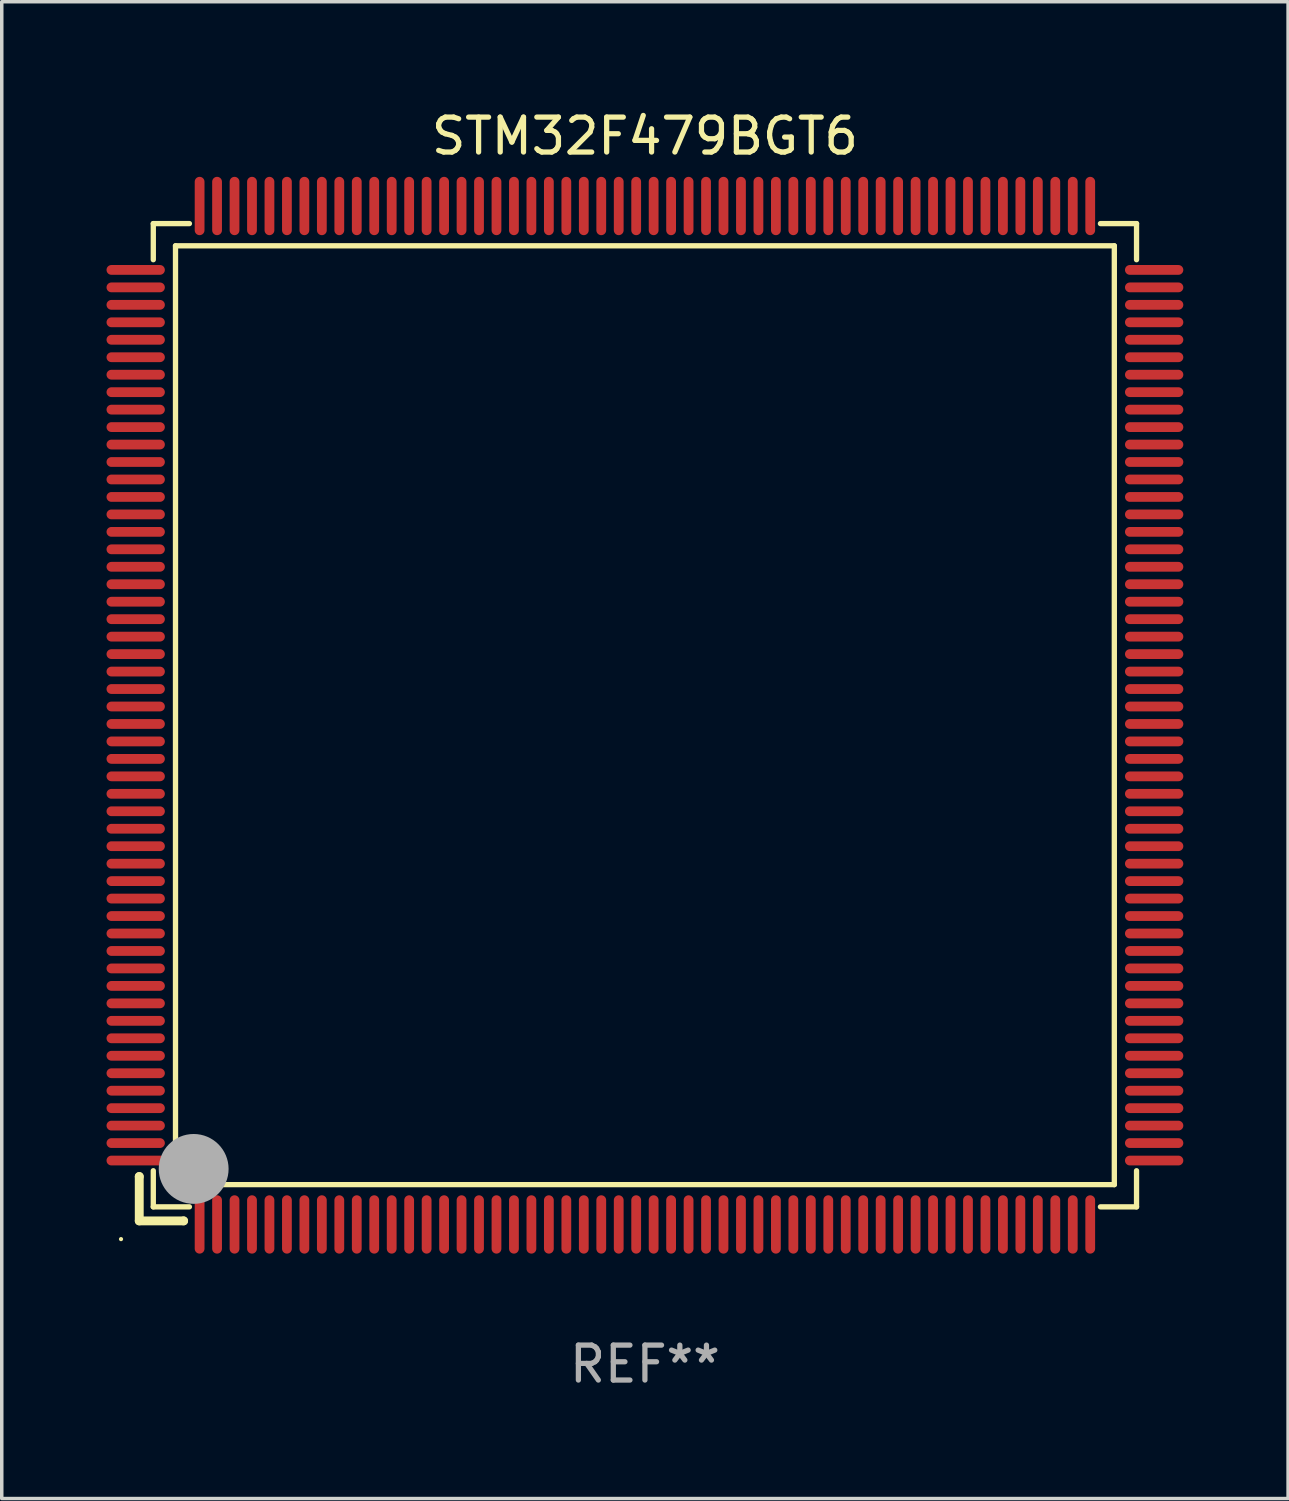
<source format=kicad_pcb>
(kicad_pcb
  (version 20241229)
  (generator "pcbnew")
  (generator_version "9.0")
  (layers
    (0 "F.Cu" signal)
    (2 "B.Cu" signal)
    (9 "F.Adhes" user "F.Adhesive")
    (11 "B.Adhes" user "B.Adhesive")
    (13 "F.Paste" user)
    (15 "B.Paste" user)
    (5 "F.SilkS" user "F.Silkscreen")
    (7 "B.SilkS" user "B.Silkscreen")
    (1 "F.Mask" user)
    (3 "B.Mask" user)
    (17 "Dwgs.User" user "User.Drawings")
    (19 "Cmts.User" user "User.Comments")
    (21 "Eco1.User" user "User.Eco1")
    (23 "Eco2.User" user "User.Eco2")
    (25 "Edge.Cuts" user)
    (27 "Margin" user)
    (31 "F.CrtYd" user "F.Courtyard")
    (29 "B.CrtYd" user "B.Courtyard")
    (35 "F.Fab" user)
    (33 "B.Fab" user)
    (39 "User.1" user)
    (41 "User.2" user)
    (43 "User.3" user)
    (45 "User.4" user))
  (footprint "STM32F479BGT6"
    (layer "F.Cu")
    (at 15.415 17.428)
    (property "Reference" "STM32F479BGT6" (at 0 -16.58 0) (layer "F.SilkS") (effects (font (size 1 1) (thickness 0.15))))
    (attr through_hole)
    (fp_line (start -14.478 13.208) (end -14.478 13.208) (stroke (width 0.254) (type solid)) (layer "F.SilkS"))
    (fp_line (start -14.478 13.208) (end -14.478 14.478) (stroke (width 0.254) (type solid)) (layer "F.SilkS"))
    (fp_line (start -14.478 14.478) (end -13.208 14.478) (stroke (width 0.254) (type solid)) (layer "F.SilkS"))
    (fp_line (start -14.076 -14.076) (end -14.076 -13.042) (stroke (width 0.152) (type solid)) (layer "F.SilkS"))
    (fp_line (start -14.076 14.076) (end -14.076 13.042) (stroke (width 0.152) (type solid)) (layer "F.SilkS"))
    (fp_line (start -13.44 -13.44) (end 13.44 -13.44) (stroke (width 0.152) (type solid)) (layer "F.SilkS"))
    (fp_line (start -13.44 13.44) (end -13.44 -13.44) (stroke (width 0.152) (type solid)) (layer "F.SilkS"))
    (fp_line (start -13.208 14.478) (end -13.208 14.478) (stroke (width 0.254) (type solid)) (layer "F.SilkS"))
    (fp_line (start -13.042 -14.076) (end -14.076 -14.076) (stroke (width 0.152) (type solid)) (layer "F.SilkS"))
    (fp_line (start -13.042 14.076) (end -14.076 14.076) (stroke (width 0.152) (type solid)) (layer "F.SilkS"))
    (fp_line (start 13.042 -14.076) (end 14.076 -14.076) (stroke (width 0.152) (type solid)) (layer "F.SilkS"))
    (fp_line (start 13.042 14.076) (end 14.076 14.076) (stroke (width 0.152) (type solid)) (layer "F.SilkS"))
    (fp_line (start 13.44 -13.44) (end 13.44 13.44) (stroke (width 0.152) (type solid)) (layer "F.SilkS"))
    (fp_line (start 13.44 13.44) (end -13.44 13.44) (stroke (width 0.152) (type solid)) (layer "F.SilkS"))
    (fp_line (start 14.076 -14.076) (end 14.076 -13.042) (stroke (width 0.152) (type solid)) (layer "F.SilkS"))
    (fp_line (start 14.076 14.076) (end 14.076 13.042) (stroke (width 0.152) (type solid)) (layer "F.SilkS"))
    (fp_circle (center -15 15) (end -14.97 15) (stroke (width 0.06) (type solid)) (fill no) (layer "F.SilkS"))
    (fp_circle (center -13.138 13.138) (end -13.063 13.138) (stroke (width 0.15) (type solid)) (fill no) (layer "F.SilkS"))
    (fp_circle (center -12.92 12.99) (end -12.42 12.99) (stroke (width 1) (type solid)) (fill no) (layer "F.Fab"))
    (fp_text user "REF**" (at 0 18.58 0) (layer "F.Fab") (effects (font (size 1 1) (thickness 0.15))))
    (pad "1" smd oval (at -12.75 14.58) (size 0.28 1.67) (layers "F.Cu" "F.Mask" "F.Paste"))
    (pad "2" smd oval (at -12.25 14.58) (size 0.28 1.67) (layers "F.Cu" "F.Mask" "F.Paste"))
    (pad "3" smd oval (at -11.75 14.58) (size 0.28 1.67) (layers "F.Cu" "F.Mask" "F.Paste"))
    (pad "4" smd oval (at -11.25 14.58) (size 0.28 1.67) (layers "F.Cu" "F.Mask" "F.Paste"))
    (pad "5" smd oval (at -10.75 14.58) (size 0.28 1.67) (layers "F.Cu" "F.Mask" "F.Paste"))
    (pad "6" smd oval (at -10.25 14.58) (size 0.28 1.67) (layers "F.Cu" "F.Mask" "F.Paste"))
    (pad "7" smd oval (at -9.75 14.58) (size 0.28 1.67) (layers "F.Cu" "F.Mask" "F.Paste"))
    (pad "8" smd oval (at -9.25 14.58) (size 0.28 1.67) (layers "F.Cu" "F.Mask" "F.Paste"))
    (pad "9" smd oval (at -8.75 14.58) (size 0.28 1.67) (layers "F.Cu" "F.Mask" "F.Paste"))
    (pad "10" smd oval (at -8.25 14.58) (size 0.28 1.67) (layers "F.Cu" "F.Mask" "F.Paste"))
    (pad "11" smd oval (at -7.75 14.58) (size 0.28 1.67) (layers "F.Cu" "F.Mask" "F.Paste"))
    (pad "12" smd oval (at -7.25 14.58) (size 0.28 1.67) (layers "F.Cu" "F.Mask" "F.Paste"))
    (pad "13" smd oval (at -6.75 14.58) (size 0.28 1.67) (layers "F.Cu" "F.Mask" "F.Paste"))
    (pad "14" smd oval (at -6.25 14.58) (size 0.28 1.67) (layers "F.Cu" "F.Mask" "F.Paste"))
    (pad "15" smd oval (at -5.75 14.58) (size 0.28 1.67) (layers "F.Cu" "F.Mask" "F.Paste"))
    (pad "16" smd oval (at -5.25 14.58) (size 0.28 1.67) (layers "F.Cu" "F.Mask" "F.Paste"))
    (pad "17" smd oval (at -4.75 14.58) (size 0.28 1.67) (layers "F.Cu" "F.Mask" "F.Paste"))
    (pad "18" smd oval (at -4.25 14.58) (size 0.28 1.67) (layers "F.Cu" "F.Mask" "F.Paste"))
    (pad "19" smd oval (at -3.75 14.58) (size 0.28 1.67) (layers "F.Cu" "F.Mask" "F.Paste"))
    (pad "20" smd oval (at -3.25 14.58) (size 0.28 1.67) (layers "F.Cu" "F.Mask" "F.Paste"))
    (pad "21" smd oval (at -2.75 14.58) (size 0.28 1.67) (layers "F.Cu" "F.Mask" "F.Paste"))
    (pad "22" smd oval (at -2.25 14.58) (size 0.28 1.67) (layers "F.Cu" "F.Mask" "F.Paste"))
    (pad "23" smd oval (at -1.75 14.58) (size 0.28 1.67) (layers "F.Cu" "F.Mask" "F.Paste"))
    (pad "24" smd oval (at -1.25 14.58) (size 0.28 1.67) (layers "F.Cu" "F.Mask" "F.Paste"))
    (pad "25" smd oval (at -0.75 14.58) (size 0.28 1.67) (layers "F.Cu" "F.Mask" "F.Paste"))
    (pad "26" smd oval (at -0.25 14.58) (size 0.28 1.67) (layers "F.Cu" "F.Mask" "F.Paste"))
    (pad "27" smd oval (at 0.25 14.58) (size 0.28 1.67) (layers "F.Cu" "F.Mask" "F.Paste"))
    (pad "28" smd oval (at 0.75 14.58) (size 0.28 1.67) (layers "F.Cu" "F.Mask" "F.Paste"))
    (pad "29" smd oval (at 1.25 14.58) (size 0.28 1.67) (layers "F.Cu" "F.Mask" "F.Paste"))
    (pad "30" smd oval (at 1.75 14.58) (size 0.28 1.67) (layers "F.Cu" "F.Mask" "F.Paste"))
    (pad "31" smd oval (at 2.25 14.58) (size 0.28 1.67) (layers "F.Cu" "F.Mask" "F.Paste"))
    (pad "32" smd oval (at 2.75 14.58) (size 0.28 1.67) (layers "F.Cu" "F.Mask" "F.Paste"))
    (pad "33" smd oval (at 3.25 14.58) (size 0.28 1.67) (layers "F.Cu" "F.Mask" "F.Paste"))
    (pad "34" smd oval (at 3.75 14.58) (size 0.28 1.67) (layers "F.Cu" "F.Mask" "F.Paste"))
    (pad "35" smd oval (at 4.25 14.58) (size 0.28 1.67) (layers "F.Cu" "F.Mask" "F.Paste"))
    (pad "36" smd oval (at 4.75 14.58) (size 0.28 1.67) (layers "F.Cu" "F.Mask" "F.Paste"))
    (pad "37" smd oval (at 5.25 14.58) (size 0.28 1.67) (layers "F.Cu" "F.Mask" "F.Paste"))
    (pad "38" smd oval (at 5.75 14.58) (size 0.28 1.67) (layers "F.Cu" "F.Mask" "F.Paste"))
    (pad "39" smd oval (at 6.25 14.58) (size 0.28 1.67) (layers "F.Cu" "F.Mask" "F.Paste"))
    (pad "40" smd oval (at 6.75 14.58) (size 0.28 1.67) (layers "F.Cu" "F.Mask" "F.Paste"))
    (pad "41" smd oval (at 7.25 14.58) (size 0.28 1.67) (layers "F.Cu" "F.Mask" "F.Paste"))
    (pad "42" smd oval (at 7.75 14.58) (size 0.28 1.67) (layers "F.Cu" "F.Mask" "F.Paste"))
    (pad "43" smd oval (at 8.25 14.58) (size 0.28 1.67) (layers "F.Cu" "F.Mask" "F.Paste"))
    (pad "44" smd oval (at 8.75 14.58) (size 0.28 1.67) (layers "F.Cu" "F.Mask" "F.Paste"))
    (pad "45" smd oval (at 9.25 14.58) (size 0.28 1.67) (layers "F.Cu" "F.Mask" "F.Paste"))
    (pad "46" smd oval (at 9.75 14.58) (size 0.28 1.67) (layers "F.Cu" "F.Mask" "F.Paste"))
    (pad "47" smd oval (at 10.25 14.58) (size 0.28 1.67) (layers "F.Cu" "F.Mask" "F.Paste"))
    (pad "48" smd oval (at 10.75 14.58) (size 0.28 1.67) (layers "F.Cu" "F.Mask" "F.Paste"))
    (pad "49" smd oval (at 11.25 14.58) (size 0.28 1.67) (layers "F.Cu" "F.Mask" "F.Paste"))
    (pad "50" smd oval (at 11.75 14.58) (size 0.28 1.67) (layers "F.Cu" "F.Mask" "F.Paste"))
    (pad "51" smd oval (at 12.25 14.58) (size 0.28 1.67) (layers "F.Cu" "F.Mask" "F.Paste"))
    (pad "52" smd oval (at 12.75 14.58) (size 0.28 1.67) (layers "F.Cu" "F.Mask" "F.Paste"))
    (pad "53" smd oval (at 14.58 12.75) (size 1.67 0.28) (layers "F.Cu" "F.Mask" "F.Paste"))
    (pad "54" smd oval (at 14.58 12.25) (size 1.67 0.28) (layers "F.Cu" "F.Mask" "F.Paste"))
    (pad "55" smd oval (at 14.58 11.75) (size 1.67 0.28) (layers "F.Cu" "F.Mask" "F.Paste"))
    (pad "56" smd oval (at 14.58 11.25) (size 1.67 0.28) (layers "F.Cu" "F.Mask" "F.Paste"))
    (pad "57" smd oval (at 14.58 10.75) (size 1.67 0.28) (layers "F.Cu" "F.Mask" "F.Paste"))
    (pad "58" smd oval (at 14.58 10.25) (size 1.67 0.28) (layers "F.Cu" "F.Mask" "F.Paste"))
    (pad "59" smd oval (at 14.58 9.75) (size 1.67 0.28) (layers "F.Cu" "F.Mask" "F.Paste"))
    (pad "60" smd oval (at 14.58 9.25) (size 1.67 0.28) (layers "F.Cu" "F.Mask" "F.Paste"))
    (pad "61" smd oval (at 14.58 8.75) (size 1.67 0.28) (layers "F.Cu" "F.Mask" "F.Paste"))
    (pad "62" smd oval (at 14.58 8.25) (size 1.67 0.28) (layers "F.Cu" "F.Mask" "F.Paste"))
    (pad "63" smd oval (at 14.58 7.75) (size 1.67 0.28) (layers "F.Cu" "F.Mask" "F.Paste"))
    (pad "64" smd oval (at 14.58 7.25) (size 1.67 0.28) (layers "F.Cu" "F.Mask" "F.Paste"))
    (pad "65" smd oval (at 14.58 6.75) (size 1.67 0.28) (layers "F.Cu" "F.Mask" "F.Paste"))
    (pad "66" smd oval (at 14.58 6.25) (size 1.67 0.28) (layers "F.Cu" "F.Mask" "F.Paste"))
    (pad "67" smd oval (at 14.58 5.75) (size 1.67 0.28) (layers "F.Cu" "F.Mask" "F.Paste"))
    (pad "68" smd oval (at 14.58 5.25) (size 1.67 0.28) (layers "F.Cu" "F.Mask" "F.Paste"))
    (pad "69" smd oval (at 14.58 4.75) (size 1.67 0.28) (layers "F.Cu" "F.Mask" "F.Paste"))
    (pad "70" smd oval (at 14.58 4.25) (size 1.67 0.28) (layers "F.Cu" "F.Mask" "F.Paste"))
    (pad "71" smd oval (at 14.58 3.75) (size 1.67 0.28) (layers "F.Cu" "F.Mask" "F.Paste"))
    (pad "72" smd oval (at 14.58 3.25) (size 1.67 0.28) (layers "F.Cu" "F.Mask" "F.Paste"))
    (pad "73" smd oval (at 14.58 2.75) (size 1.67 0.28) (layers "F.Cu" "F.Mask" "F.Paste"))
    (pad "74" smd oval (at 14.58 2.25) (size 1.67 0.28) (layers "F.Cu" "F.Mask" "F.Paste"))
    (pad "75" smd oval (at 14.58 1.75) (size 1.67 0.28) (layers "F.Cu" "F.Mask" "F.Paste"))
    (pad "76" smd oval (at 14.58 1.25) (size 1.67 0.28) (layers "F.Cu" "F.Mask" "F.Paste"))
    (pad "77" smd oval (at 14.58 0.75) (size 1.67 0.28) (layers "F.Cu" "F.Mask" "F.Paste"))
    (pad "78" smd oval (at 14.58 0.25) (size 1.67 0.28) (layers "F.Cu" "F.Mask" "F.Paste"))
    (pad "79" smd oval (at 14.58 -0.25) (size 1.67 0.28) (layers "F.Cu" "F.Mask" "F.Paste"))
    (pad "80" smd oval (at 14.58 -0.75) (size 1.67 0.28) (layers "F.Cu" "F.Mask" "F.Paste"))
    (pad "81" smd oval (at 14.58 -1.25) (size 1.67 0.28) (layers "F.Cu" "F.Mask" "F.Paste"))
    (pad "82" smd oval (at 14.58 -1.75) (size 1.67 0.28) (layers "F.Cu" "F.Mask" "F.Paste"))
    (pad "83" smd oval (at 14.58 -2.25) (size 1.67 0.28) (layers "F.Cu" "F.Mask" "F.Paste"))
    (pad "84" smd oval (at 14.58 -2.75) (size 1.67 0.28) (layers "F.Cu" "F.Mask" "F.Paste"))
    (pad "85" smd oval (at 14.58 -3.25) (size 1.67 0.28) (layers "F.Cu" "F.Mask" "F.Paste"))
    (pad "86" smd oval (at 14.58 -3.75) (size 1.67 0.28) (layers "F.Cu" "F.Mask" "F.Paste"))
    (pad "87" smd oval (at 14.58 -4.25) (size 1.67 0.28) (layers "F.Cu" "F.Mask" "F.Paste"))
    (pad "88" smd oval (at 14.58 -4.75) (size 1.67 0.28) (layers "F.Cu" "F.Mask" "F.Paste"))
    (pad "89" smd oval (at 14.58 -5.25) (size 1.67 0.28) (layers "F.Cu" "F.Mask" "F.Paste"))
    (pad "90" smd oval (at 14.58 -5.75) (size 1.67 0.28) (layers "F.Cu" "F.Mask" "F.Paste"))
    (pad "91" smd oval (at 14.58 -6.25) (size 1.67 0.28) (layers "F.Cu" "F.Mask" "F.Paste"))
    (pad "92" smd oval (at 14.58 -6.75) (size 1.67 0.28) (layers "F.Cu" "F.Mask" "F.Paste"))
    (pad "93" smd oval (at 14.58 -7.25) (size 1.67 0.28) (layers "F.Cu" "F.Mask" "F.Paste"))
    (pad "94" smd oval (at 14.58 -7.75) (size 1.67 0.28) (layers "F.Cu" "F.Mask" "F.Paste"))
    (pad "95" smd oval (at 14.58 -8.25) (size 1.67 0.28) (layers "F.Cu" "F.Mask" "F.Paste"))
    (pad "96" smd oval (at 14.58 -8.75) (size 1.67 0.28) (layers "F.Cu" "F.Mask" "F.Paste"))
    (pad "97" smd oval (at 14.58 -9.25) (size 1.67 0.28) (layers "F.Cu" "F.Mask" "F.Paste"))
    (pad "98" smd oval (at 14.58 -9.75) (size 1.67 0.28) (layers "F.Cu" "F.Mask" "F.Paste"))
    (pad "99" smd oval (at 14.58 -10.25) (size 1.67 0.28) (layers "F.Cu" "F.Mask" "F.Paste"))
    (pad "100" smd oval (at 14.58 -10.75) (size 1.67 0.28) (layers "F.Cu" "F.Mask" "F.Paste"))
    (pad "101" smd oval (at 14.58 -11.25) (size 1.67 0.28) (layers "F.Cu" "F.Mask" "F.Paste"))
    (pad "102" smd oval (at 14.58 -11.75) (size 1.67 0.28) (layers "F.Cu" "F.Mask" "F.Paste"))
    (pad "103" smd oval (at 14.58 -12.25) (size 1.67 0.28) (layers "F.Cu" "F.Mask" "F.Paste"))
    (pad "104" smd oval (at 14.58 -12.75) (size 1.67 0.28) (layers "F.Cu" "F.Mask" "F.Paste"))
    (pad "105" smd oval (at 12.75 -14.58) (size 0.28 1.67) (layers "F.Cu" "F.Mask" "F.Paste"))
    (pad "106" smd oval (at 12.25 -14.58) (size 0.28 1.67) (layers "F.Cu" "F.Mask" "F.Paste"))
    (pad "107" smd oval (at 11.75 -14.58) (size 0.28 1.67) (layers "F.Cu" "F.Mask" "F.Paste"))
    (pad "108" smd oval (at 11.25 -14.58) (size 0.28 1.67) (layers "F.Cu" "F.Mask" "F.Paste"))
    (pad "109" smd oval (at 10.75 -14.58) (size 0.28 1.67) (layers "F.Cu" "F.Mask" "F.Paste"))
    (pad "110" smd oval (at 10.25 -14.58) (size 0.28 1.67) (layers "F.Cu" "F.Mask" "F.Paste"))
    (pad "111" smd oval (at 9.75 -14.58) (size 0.28 1.67) (layers "F.Cu" "F.Mask" "F.Paste"))
    (pad "112" smd oval (at 9.25 -14.58) (size 0.28 1.67) (layers "F.Cu" "F.Mask" "F.Paste"))
    (pad "113" smd oval (at 8.75 -14.58) (size 0.28 1.67) (layers "F.Cu" "F.Mask" "F.Paste"))
    (pad "114" smd oval (at 8.25 -14.58) (size 0.28 1.67) (layers "F.Cu" "F.Mask" "F.Paste"))
    (pad "115" smd oval (at 7.75 -14.58) (size 0.28 1.67) (layers "F.Cu" "F.Mask" "F.Paste"))
    (pad "116" smd oval (at 7.25 -14.58) (size 0.28 1.67) (layers "F.Cu" "F.Mask" "F.Paste"))
    (pad "117" smd oval (at 6.75 -14.58) (size 0.28 1.67) (layers "F.Cu" "F.Mask" "F.Paste"))
    (pad "118" smd oval (at 6.25 -14.58) (size 0.28 1.67) (layers "F.Cu" "F.Mask" "F.Paste"))
    (pad "119" smd oval (at 5.75 -14.58) (size 0.28 1.67) (layers "F.Cu" "F.Mask" "F.Paste"))
    (pad "120" smd oval (at 5.25 -14.58) (size 0.28 1.67) (layers "F.Cu" "F.Mask" "F.Paste"))
    (pad "121" smd oval (at 4.75 -14.58) (size 0.28 1.67) (layers "F.Cu" "F.Mask" "F.Paste"))
    (pad "122" smd oval (at 4.25 -14.58) (size 0.28 1.67) (layers "F.Cu" "F.Mask" "F.Paste"))
    (pad "123" smd oval (at 3.75 -14.58) (size 0.28 1.67) (layers "F.Cu" "F.Mask" "F.Paste"))
    (pad "124" smd oval (at 3.25 -14.58) (size 0.28 1.67) (layers "F.Cu" "F.Mask" "F.Paste"))
    (pad "125" smd oval (at 2.75 -14.58) (size 0.28 1.67) (layers "F.Cu" "F.Mask" "F.Paste"))
    (pad "126" smd oval (at 2.25 -14.58) (size 0.28 1.67) (layers "F.Cu" "F.Mask" "F.Paste"))
    (pad "127" smd oval (at 1.75 -14.58) (size 0.28 1.67) (layers "F.Cu" "F.Mask" "F.Paste"))
    (pad "128" smd oval (at 1.25 -14.58) (size 0.28 1.67) (layers "F.Cu" "F.Mask" "F.Paste"))
    (pad "129" smd oval (at 0.75 -14.58) (size 0.28 1.67) (layers "F.Cu" "F.Mask" "F.Paste"))
    (pad "130" smd oval (at 0.25 -14.58) (size 0.28 1.67) (layers "F.Cu" "F.Mask" "F.Paste"))
    (pad "131" smd oval (at -0.25 -14.58) (size 0.28 1.67) (layers "F.Cu" "F.Mask" "F.Paste"))
    (pad "132" smd oval (at -0.75 -14.58) (size 0.28 1.67) (layers "F.Cu" "F.Mask" "F.Paste"))
    (pad "133" smd oval (at -1.25 -14.58) (size 0.28 1.67) (layers "F.Cu" "F.Mask" "F.Paste"))
    (pad "134" smd oval (at -1.75 -14.58) (size 0.28 1.67) (layers "F.Cu" "F.Mask" "F.Paste"))
    (pad "135" smd oval (at -2.25 -14.58) (size 0.28 1.67) (layers "F.Cu" "F.Mask" "F.Paste"))
    (pad "136" smd oval (at -2.75 -14.58) (size 0.28 1.67) (layers "F.Cu" "F.Mask" "F.Paste"))
    (pad "137" smd oval (at -3.25 -14.58) (size 0.28 1.67) (layers "F.Cu" "F.Mask" "F.Paste"))
    (pad "138" smd oval (at -3.75 -14.58) (size 0.28 1.67) (layers "F.Cu" "F.Mask" "F.Paste"))
    (pad "139" smd oval (at -4.25 -14.58) (size 0.28 1.67) (layers "F.Cu" "F.Mask" "F.Paste"))
    (pad "140" smd oval (at -4.75 -14.58) (size 0.28 1.67) (layers "F.Cu" "F.Mask" "F.Paste"))
    (pad "141" smd oval (at -5.25 -14.58) (size 0.28 1.67) (layers "F.Cu" "F.Mask" "F.Paste"))
    (pad "142" smd oval (at -5.75 -14.58) (size 0.28 1.67) (layers "F.Cu" "F.Mask" "F.Paste"))
    (pad "143" smd oval (at -6.25 -14.58) (size 0.28 1.67) (layers "F.Cu" "F.Mask" "F.Paste"))
    (pad "144" smd oval (at -6.75 -14.58) (size 0.28 1.67) (layers "F.Cu" "F.Mask" "F.Paste"))
    (pad "145" smd oval (at -7.25 -14.58) (size 0.28 1.67) (layers "F.Cu" "F.Mask" "F.Paste"))
    (pad "146" smd oval (at -7.75 -14.58) (size 0.28 1.67) (layers "F.Cu" "F.Mask" "F.Paste"))
    (pad "147" smd oval (at -8.25 -14.58) (size 0.28 1.67) (layers "F.Cu" "F.Mask" "F.Paste"))
    (pad "148" smd oval (at -8.75 -14.58) (size 0.28 1.67) (layers "F.Cu" "F.Mask" "F.Paste"))
    (pad "149" smd oval (at -9.25 -14.58) (size 0.28 1.67) (layers "F.Cu" "F.Mask" "F.Paste"))
    (pad "150" smd oval (at -9.75 -14.58) (size 0.28 1.67) (layers "F.Cu" "F.Mask" "F.Paste"))
    (pad "151" smd oval (at -10.25 -14.58) (size 0.28 1.67) (layers "F.Cu" "F.Mask" "F.Paste"))
    (pad "152" smd oval (at -10.75 -14.58) (size 0.28 1.67) (layers "F.Cu" "F.Mask" "F.Paste"))
    (pad "153" smd oval (at -11.25 -14.58) (size 0.28 1.67) (layers "F.Cu" "F.Mask" "F.Paste"))
    (pad "154" smd oval (at -11.75 -14.58) (size 0.28 1.67) (layers "F.Cu" "F.Mask" "F.Paste"))
    (pad "155" smd oval (at -12.25 -14.58) (size 0.28 1.67) (layers "F.Cu" "F.Mask" "F.Paste"))
    (pad "156" smd oval (at -12.75 -14.58) (size 0.28 1.67) (layers "F.Cu" "F.Mask" "F.Paste"))
    (pad "157" smd oval (at -14.58 -12.75) (size 1.67 0.28) (layers "F.Cu" "F.Mask" "F.Paste"))
    (pad "158" smd oval (at -14.58 -12.25) (size 1.67 0.28) (layers "F.Cu" "F.Mask" "F.Paste"))
    (pad "159" smd oval (at -14.58 -11.75) (size 1.67 0.28) (layers "F.Cu" "F.Mask" "F.Paste"))
    (pad "160" smd oval (at -14.58 -11.25) (size 1.67 0.28) (layers "F.Cu" "F.Mask" "F.Paste"))
    (pad "161" smd oval (at -14.58 -10.75) (size 1.67 0.28) (layers "F.Cu" "F.Mask" "F.Paste"))
    (pad "162" smd oval (at -14.58 -10.25) (size 1.67 0.28) (layers "F.Cu" "F.Mask" "F.Paste"))
    (pad "163" smd oval (at -14.58 -9.75) (size 1.67 0.28) (layers "F.Cu" "F.Mask" "F.Paste"))
    (pad "164" smd oval (at -14.58 -9.25) (size 1.67 0.28) (layers "F.Cu" "F.Mask" "F.Paste"))
    (pad "165" smd oval (at -14.58 -8.75) (size 1.67 0.28) (layers "F.Cu" "F.Mask" "F.Paste"))
    (pad "166" smd oval (at -14.58 -8.25) (size 1.67 0.28) (layers "F.Cu" "F.Mask" "F.Paste"))
    (pad "167" smd oval (at -14.58 -7.75) (size 1.67 0.28) (layers "F.Cu" "F.Mask" "F.Paste"))
    (pad "168" smd oval (at -14.58 -7.25) (size 1.67 0.28) (layers "F.Cu" "F.Mask" "F.Paste"))
    (pad "169" smd oval (at -14.58 -6.75) (size 1.67 0.28) (layers "F.Cu" "F.Mask" "F.Paste"))
    (pad "170" smd oval (at -14.58 -6.25) (size 1.67 0.28) (layers "F.Cu" "F.Mask" "F.Paste"))
    (pad "171" smd oval (at -14.58 -5.75) (size 1.67 0.28) (layers "F.Cu" "F.Mask" "F.Paste"))
    (pad "172" smd oval (at -14.58 -5.25) (size 1.67 0.28) (layers "F.Cu" "F.Mask" "F.Paste"))
    (pad "173" smd oval (at -14.58 -4.75) (size 1.67 0.28) (layers "F.Cu" "F.Mask" "F.Paste"))
    (pad "174" smd oval (at -14.58 -4.25) (size 1.67 0.28) (layers "F.Cu" "F.Mask" "F.Paste"))
    (pad "175" smd oval (at -14.58 -3.75) (size 1.67 0.28) (layers "F.Cu" "F.Mask" "F.Paste"))
    (pad "176" smd oval (at -14.58 -3.25) (size 1.67 0.28) (layers "F.Cu" "F.Mask" "F.Paste"))
    (pad "177" smd oval (at -14.58 -2.75) (size 1.67 0.28) (layers "F.Cu" "F.Mask" "F.Paste"))
    (pad "178" smd oval (at -14.58 -2.25) (size 1.67 0.28) (layers "F.Cu" "F.Mask" "F.Paste"))
    (pad "179" smd oval (at -14.58 -1.75) (size 1.67 0.28) (layers "F.Cu" "F.Mask" "F.Paste"))
    (pad "180" smd oval (at -14.58 -1.25) (size 1.67 0.28) (layers "F.Cu" "F.Mask" "F.Paste"))
    (pad "181" smd oval (at -14.58 -0.75) (size 1.67 0.28) (layers "F.Cu" "F.Mask" "F.Paste"))
    (pad "182" smd oval (at -14.58 -0.25) (size 1.67 0.28) (layers "F.Cu" "F.Mask" "F.Paste"))
    (pad "183" smd oval (at -14.58 0.25) (size 1.67 0.28) (layers "F.Cu" "F.Mask" "F.Paste"))
    (pad "184" smd oval (at -14.58 0.75) (size 1.67 0.28) (layers "F.Cu" "F.Mask" "F.Paste"))
    (pad "185" smd oval (at -14.58 1.25) (size 1.67 0.28) (layers "F.Cu" "F.Mask" "F.Paste"))
    (pad "186" smd oval (at -14.58 1.75) (size 1.67 0.28) (layers "F.Cu" "F.Mask" "F.Paste"))
    (pad "187" smd oval (at -14.58 2.25) (size 1.67 0.28) (layers "F.Cu" "F.Mask" "F.Paste"))
    (pad "188" smd oval (at -14.58 2.75) (size 1.67 0.28) (layers "F.Cu" "F.Mask" "F.Paste"))
    (pad "189" smd oval (at -14.58 3.25) (size 1.67 0.28) (layers "F.Cu" "F.Mask" "F.Paste"))
    (pad "190" smd oval (at -14.58 3.75) (size 1.67 0.28) (layers "F.Cu" "F.Mask" "F.Paste"))
    (pad "191" smd oval (at -14.58 4.25) (size 1.67 0.28) (layers "F.Cu" "F.Mask" "F.Paste"))
    (pad "192" smd oval (at -14.58 4.75) (size 1.67 0.28) (layers "F.Cu" "F.Mask" "F.Paste"))
    (pad "193" smd oval (at -14.58 5.25) (size 1.67 0.28) (layers "F.Cu" "F.Mask" "F.Paste"))
    (pad "194" smd oval (at -14.58 5.75) (size 1.67 0.28) (layers "F.Cu" "F.Mask" "F.Paste"))
    (pad "195" smd oval (at -14.58 6.25) (size 1.67 0.28) (layers "F.Cu" "F.Mask" "F.Paste"))
    (pad "196" smd oval (at -14.58 6.75) (size 1.67 0.28) (layers "F.Cu" "F.Mask" "F.Paste"))
    (pad "197" smd oval (at -14.58 7.25) (size 1.67 0.28) (layers "F.Cu" "F.Mask" "F.Paste"))
    (pad "198" smd oval (at -14.58 7.75) (size 1.67 0.28) (layers "F.Cu" "F.Mask" "F.Paste"))
    (pad "199" smd oval (at -14.58 8.25) (size 1.67 0.28) (layers "F.Cu" "F.Mask" "F.Paste"))
    (pad "200" smd oval (at -14.58 8.75) (size 1.67 0.28) (layers "F.Cu" "F.Mask" "F.Paste"))
    (pad "201" smd oval (at -14.58 9.25) (size 1.67 0.28) (layers "F.Cu" "F.Mask" "F.Paste"))
    (pad "202" smd oval (at -14.58 9.75) (size 1.67 0.28) (layers "F.Cu" "F.Mask" "F.Paste"))
    (pad "203" smd oval (at -14.58 10.25) (size 1.67 0.28) (layers "F.Cu" "F.Mask" "F.Paste"))
    (pad "204" smd oval (at -14.58 10.75) (size 1.67 0.28) (layers "F.Cu" "F.Mask" "F.Paste"))
    (pad "205" smd oval (at -14.58 11.25) (size 1.67 0.28) (layers "F.Cu" "F.Mask" "F.Paste"))
    (pad "206" smd oval (at -14.58 11.75) (size 1.67 0.28) (layers "F.Cu" "F.Mask" "F.Paste"))
    (pad "207" smd oval (at -14.58 12.25) (size 1.67 0.28) (layers "F.Cu" "F.Mask" "F.Paste"))
    (pad "208" smd oval (at -14.58 12.75) (size 1.67 0.28) (layers "F.Cu" "F.Mask" "F.Paste")))
  (gr_rect
    (start -3 -3)
    (end 33.83 39.856)
    (stroke (width 0.1) (type default))
    (fill no)
    (layer "Edge.Cuts")))
</source>
